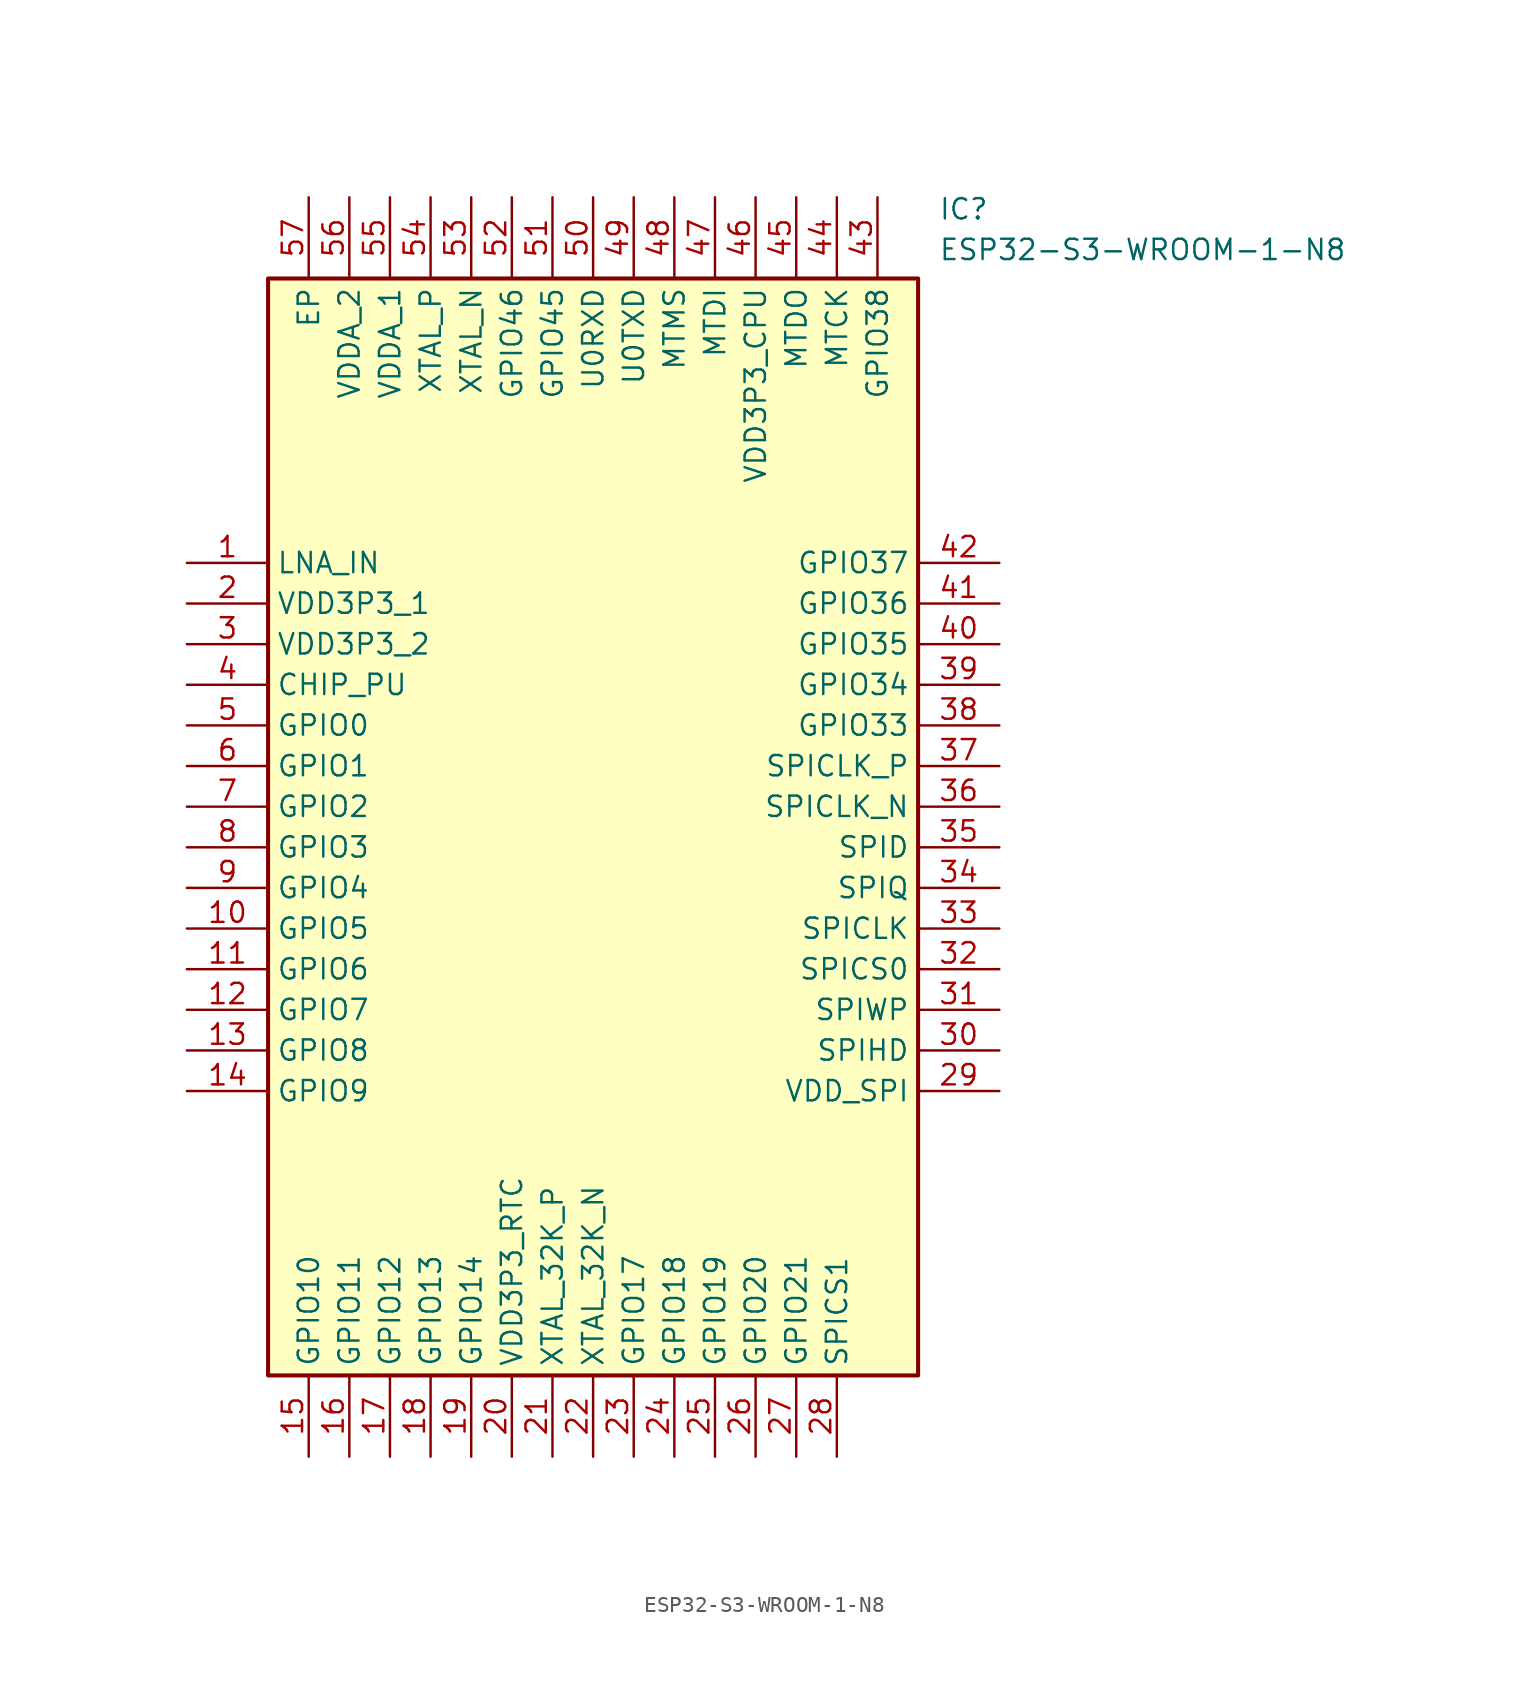
<source format=kicad_sym>
(kicad_symbol_lib
  (version 20220914)
  (generator SamacSys_ECAD_Model)
  (symbol "ESP32-S3-WROOM-1-N8"
    (property "Reference" "IC"
      (at 46.99 22.86 0)
      (effects (font (size 1.27 1.27)) (justify left top)))
    (property "Value" "ESP32-S3-WROOM-1-N8"
      (at 46.99 20.32 0)
      (effects (font (size 1.27 1.27)) (justify left top)))
    (rectangle
      (start 5.08 17.78)
      (end 45.72 -50.8)
      (stroke (width 0.254) (type default))
      (fill (type background)))
    (pin passive line
      (at 0 0 0)
      (length 5.08)
      (name "LNA_IN" (effects (font (size 1.27 1.27))))
      (number "1" (effects (font (size 1.27 1.27)))))
    (pin passive line
      (at 0 -2.54 0)
      (length 5.08)
      (name "VDD3P3_1" (effects (font (size 1.27 1.27))))
      (number "2" (effects (font (size 1.27 1.27)))))
    (pin passive line
      (at 0 -5.08 0)
      (length 5.08)
      (name "VDD3P3_2" (effects (font (size 1.27 1.27))))
      (number "3" (effects (font (size 1.27 1.27)))))
    (pin passive line
      (at 0 -7.62 0)
      (length 5.08)
      (name "CHIP_PU" (effects (font (size 1.27 1.27))))
      (number "4" (effects (font (size 1.27 1.27)))))
    (pin passive line
      (at 0 -10.16 0)
      (length 5.08)
      (name "GPIO0" (effects (font (size 1.27 1.27))))
      (number "5" (effects (font (size 1.27 1.27)))))
    (pin passive line
      (at 0 -12.7 0)
      (length 5.08)
      (name "GPIO1" (effects (font (size 1.27 1.27))))
      (number "6" (effects (font (size 1.27 1.27)))))
    (pin passive line
      (at 0 -15.24 0)
      (length 5.08)
      (name "GPIO2" (effects (font (size 1.27 1.27))))
      (number "7" (effects (font (size 1.27 1.27)))))
    (pin passive line
      (at 0 -17.78 0)
      (length 5.08)
      (name "GPIO3" (effects (font (size 1.27 1.27))))
      (number "8" (effects (font (size 1.27 1.27)))))
    (pin passive line
      (at 0 -20.32 0)
      (length 5.08)
      (name "GPIO4" (effects (font (size 1.27 1.27))))
      (number "9" (effects (font (size 1.27 1.27)))))
    (pin passive line
      (at 0 -22.86 0)
      (length 5.08)
      (name "GPIO5" (effects (font (size 1.27 1.27))))
      (number "10" (effects (font (size 1.27 1.27)))))
    (pin passive line
      (at 0 -25.4 0)
      (length 5.08)
      (name "GPIO6" (effects (font (size 1.27 1.27))))
      (number "11" (effects (font (size 1.27 1.27)))))
    (pin passive line
      (at 0 -27.94 0)
      (length 5.08)
      (name "GPIO7" (effects (font (size 1.27 1.27))))
      (number "12" (effects (font (size 1.27 1.27)))))
    (pin passive line
      (at 0 -30.48 0)
      (length 5.08)
      (name "GPIO8" (effects (font (size 1.27 1.27))))
      (number "13" (effects (font (size 1.27 1.27)))))
    (pin passive line
      (at 0 -33.02 0)
      (length 5.08)
      (name "GPIO9" (effects (font (size 1.27 1.27))))
      (number "14" (effects (font (size 1.27 1.27)))))
    (pin passive line
      (at 7.62 -55.88 90)
      (length 5.08)
      (name "GPIO10" (effects (font (size 1.27 1.27))))
      (number "15" (effects (font (size 1.27 1.27)))))
    (pin passive line
      (at 10.16 -55.88 90)
      (length 5.08)
      (name "GPIO11" (effects (font (size 1.27 1.27))))
      (number "16" (effects (font (size 1.27 1.27)))))
    (pin passive line
      (at 12.7 -55.88 90)
      (length 5.08)
      (name "GPIO12" (effects (font (size 1.27 1.27))))
      (number "17" (effects (font (size 1.27 1.27)))))
    (pin passive line
      (at 15.24 -55.88 90)
      (length 5.08)
      (name "GPIO13" (effects (font (size 1.27 1.27))))
      (number "18" (effects (font (size 1.27 1.27)))))
    (pin passive line
      (at 17.78 -55.88 90)
      (length 5.08)
      (name "GPIO14" (effects (font (size 1.27 1.27))))
      (number "19" (effects (font (size 1.27 1.27)))))
    (pin passive line
      (at 20.32 -55.88 90)
      (length 5.08)
      (name "VDD3P3_RTC" (effects (font (size 1.27 1.27))))
      (number "20" (effects (font (size 1.27 1.27)))))
    (pin passive line
      (at 22.86 -55.88 90)
      (length 5.08)
      (name "XTAL_32K_P" (effects (font (size 1.27 1.27))))
      (number "21" (effects (font (size 1.27 1.27)))))
    (pin passive line
      (at 25.4 -55.88 90)
      (length 5.08)
      (name "XTAL_32K_N" (effects (font (size 1.27 1.27))))
      (number "22" (effects (font (size 1.27 1.27)))))
    (pin passive line
      (at 27.94 -55.88 90)
      (length 5.08)
      (name "GPIO17" (effects (font (size 1.27 1.27))))
      (number "23" (effects (font (size 1.27 1.27)))))
    (pin passive line
      (at 30.48 -55.88 90)
      (length 5.08)
      (name "GPIO18" (effects (font (size 1.27 1.27))))
      (number "24" (effects (font (size 1.27 1.27)))))
    (pin passive line
      (at 33.02 -55.88 90)
      (length 5.08)
      (name "GPIO19" (effects (font (size 1.27 1.27))))
      (number "25" (effects (font (size 1.27 1.27)))))
    (pin passive line
      (at 35.56 -55.88 90)
      (length 5.08)
      (name "GPIO20" (effects (font (size 1.27 1.27))))
      (number "26" (effects (font (size 1.27 1.27)))))
    (pin passive line
      (at 38.1 -55.88 90)
      (length 5.08)
      (name "GPIO21" (effects (font (size 1.27 1.27))))
      (number "27" (effects (font (size 1.27 1.27)))))
    (pin passive line
      (at 40.64 -55.88 90)
      (length 5.08)
      (name "SPICS1" (effects (font (size 1.27 1.27))))
      (number "28" (effects (font (size 1.27 1.27)))))
    (pin passive line
      (at 50.8 0 180)
      (length 5.08)
      (name "GPIO37" (effects (font (size 1.27 1.27))))
      (number "42" (effects (font (size 1.27 1.27)))))
    (pin passive line
      (at 50.8 -2.54 180)
      (length 5.08)
      (name "GPIO36" (effects (font (size 1.27 1.27))))
      (number "41" (effects (font (size 1.27 1.27)))))
    (pin passive line
      (at 50.8 -5.08 180)
      (length 5.08)
      (name "GPIO35" (effects (font (size 1.27 1.27))))
      (number "40" (effects (font (size 1.27 1.27)))))
    (pin passive line
      (at 50.8 -7.62 180)
      (length 5.08)
      (name "GPIO34" (effects (font (size 1.27 1.27))))
      (number "39" (effects (font (size 1.27 1.27)))))
    (pin passive line
      (at 50.8 -10.16 180)
      (length 5.08)
      (name "GPIO33" (effects (font (size 1.27 1.27))))
      (number "38" (effects (font (size 1.27 1.27)))))
    (pin passive line
      (at 50.8 -12.7 180)
      (length 5.08)
      (name "SPICLK_P" (effects (font (size 1.27 1.27))))
      (number "37" (effects (font (size 1.27 1.27)))))
    (pin passive line
      (at 50.8 -15.24 180)
      (length 5.08)
      (name "SPICLK_N" (effects (font (size 1.27 1.27))))
      (number "36" (effects (font (size 1.27 1.27)))))
    (pin passive line
      (at 50.8 -17.78 180)
      (length 5.08)
      (name "SPID" (effects (font (size 1.27 1.27))))
      (number "35" (effects (font (size 1.27 1.27)))))
    (pin passive line
      (at 50.8 -20.32 180)
      (length 5.08)
      (name "SPIQ" (effects (font (size 1.27 1.27))))
      (number "34" (effects (font (size 1.27 1.27)))))
    (pin passive line
      (at 50.8 -22.86 180)
      (length 5.08)
      (name "SPICLK" (effects (font (size 1.27 1.27))))
      (number "33" (effects (font (size 1.27 1.27)))))
    (pin passive line
      (at 50.8 -25.4 180)
      (length 5.08)
      (name "SPICS0" (effects (font (size 1.27 1.27))))
      (number "32" (effects (font (size 1.27 1.27)))))
    (pin passive line
      (at 50.8 -27.94 180)
      (length 5.08)
      (name "SPIWP" (effects (font (size 1.27 1.27))))
      (number "31" (effects (font (size 1.27 1.27)))))
    (pin passive line
      (at 50.8 -30.48 180)
      (length 5.08)
      (name "SPIHD" (effects (font (size 1.27 1.27))))
      (number "30" (effects (font (size 1.27 1.27)))))
    (pin passive line
      (at 50.8 -33.02 180)
      (length 5.08)
      (name "VDD_SPI" (effects (font (size 1.27 1.27))))
      (number "29" (effects (font (size 1.27 1.27)))))
    (pin passive line
      (at 7.62 22.86 270)
      (length 5.08)
      (name "EP" (effects (font (size 1.27 1.27))))
      (number "57" (effects (font (size 1.27 1.27)))))
    (pin passive line
      (at 10.16 22.86 270)
      (length 5.08)
      (name "VDDA_2" (effects (font (size 1.27 1.27))))
      (number "56" (effects (font (size 1.27 1.27)))))
    (pin passive line
      (at 12.7 22.86 270)
      (length 5.08)
      (name "VDDA_1" (effects (font (size 1.27 1.27))))
      (number "55" (effects (font (size 1.27 1.27)))))
    (pin passive line
      (at 15.24 22.86 270)
      (length 5.08)
      (name "XTAL_P" (effects (font (size 1.27 1.27))))
      (number "54" (effects (font (size 1.27 1.27)))))
    (pin passive line
      (at 17.78 22.86 270)
      (length 5.08)
      (name "XTAL_N" (effects (font (size 1.27 1.27))))
      (number "53" (effects (font (size 1.27 1.27)))))
    (pin passive line
      (at 20.32 22.86 270)
      (length 5.08)
      (name "GPIO46" (effects (font (size 1.27 1.27))))
      (number "52" (effects (font (size 1.27 1.27)))))
    (pin passive line
      (at 22.86 22.86 270)
      (length 5.08)
      (name "GPIO45" (effects (font (size 1.27 1.27))))
      (number "51" (effects (font (size 1.27 1.27)))))
    (pin passive line
      (at 25.4 22.86 270)
      (length 5.08)
      (name "U0RXD" (effects (font (size 1.27 1.27))))
      (number "50" (effects (font (size 1.27 1.27)))))
    (pin passive line
      (at 27.94 22.86 270)
      (length 5.08)
      (name "U0TXD" (effects (font (size 1.27 1.27))))
      (number "49" (effects (font (size 1.27 1.27)))))
    (pin passive line
      (at 30.48 22.86 270)
      (length 5.08)
      (name "MTMS" (effects (font (size 1.27 1.27))))
      (number "48" (effects (font (size 1.27 1.27)))))
    (pin passive line
      (at 33.02 22.86 270)
      (length 5.08)
      (name "MTDI" (effects (font (size 1.27 1.27))))
      (number "47" (effects (font (size 1.27 1.27)))))
    (pin passive line
      (at 35.56 22.86 270)
      (length 5.08)
      (name "VDD3P3_CPU" (effects (font (size 1.27 1.27))))
      (number "46" (effects (font (size 1.27 1.27)))))
    (pin passive line
      (at 38.1 22.86 270)
      (length 5.08)
      (name "MTDO" (effects (font (size 1.27 1.27))))
      (number "45" (effects (font (size 1.27 1.27)))))
    (pin passive line
      (at 40.64 22.86 270)
      (length 5.08)
      (name "MTCK" (effects (font (size 1.27 1.27))))
      (number "44" (effects (font (size 1.27 1.27)))))
    (pin passive line
      (at 43.18 22.86 270)
      (length 5.08)
      (name "GPIO38" (effects (font (size 1.27 1.27))))
      (number "43" (effects (font (size 1.27 1.27)))))))
</source>
